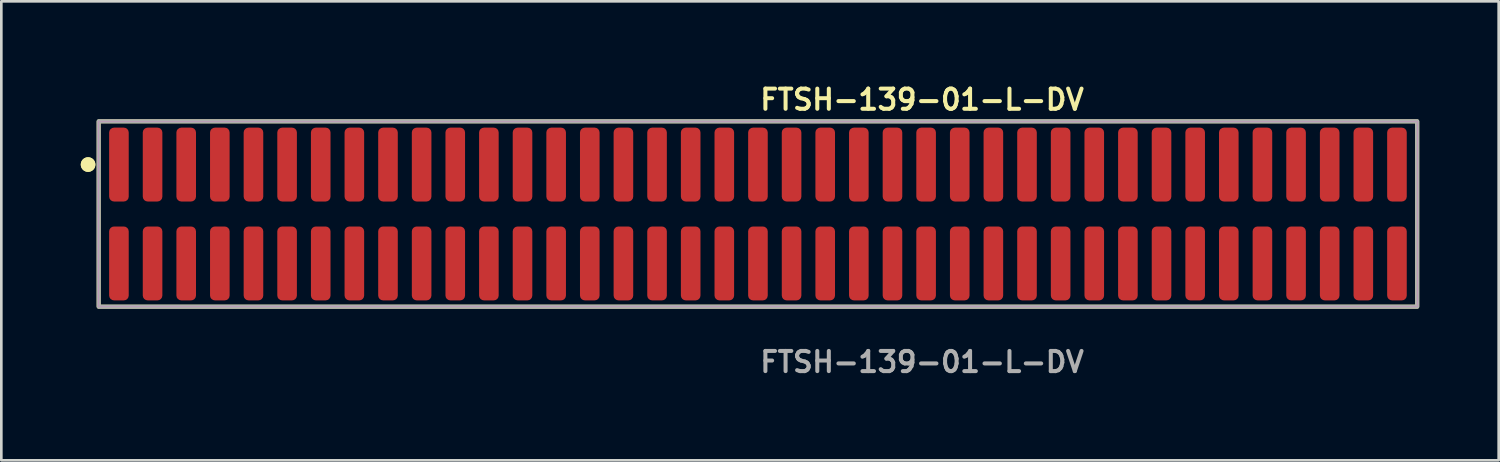
<source format=kicad_pcb>
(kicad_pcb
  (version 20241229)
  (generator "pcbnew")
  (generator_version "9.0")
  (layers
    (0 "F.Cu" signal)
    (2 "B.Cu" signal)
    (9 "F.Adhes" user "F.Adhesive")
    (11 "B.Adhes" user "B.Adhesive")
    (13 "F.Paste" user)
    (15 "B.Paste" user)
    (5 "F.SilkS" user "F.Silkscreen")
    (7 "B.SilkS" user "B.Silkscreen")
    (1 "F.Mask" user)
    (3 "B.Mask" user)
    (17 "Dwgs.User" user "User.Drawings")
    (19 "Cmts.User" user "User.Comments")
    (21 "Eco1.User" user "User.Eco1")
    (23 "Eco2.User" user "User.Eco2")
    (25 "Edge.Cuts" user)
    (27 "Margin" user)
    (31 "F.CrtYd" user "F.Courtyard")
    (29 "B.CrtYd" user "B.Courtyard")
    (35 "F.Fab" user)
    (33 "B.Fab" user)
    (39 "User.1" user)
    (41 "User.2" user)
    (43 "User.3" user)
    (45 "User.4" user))
  (footprint "FTSH-139-01-L-DV"
    (layer "F.Cu")
    (at 25.571 5.031)
    (property "Reference" "FTSH-139-01-L-DV" (at 0 -4.318 0) (unlocked yes) (layer "F.SilkS") (effects (font (size 0.762 0.762) (thickness 0.152)) (justify left)))
    (fp_rect (start -24.895 3.5) (end 24.895 -3.5) (stroke (width 0.152) (type solid)) (fill no) (layer "F.SilkS"))
    (fp_circle (center -25.295 -1.867) (end -25.495 -1.867) (stroke (width 0.152) (type solid)) (fill yes) (layer "F.SilkS"))
    (fp_circle (center -25.295 -1.867) (end -25.495 -1.867) (stroke (width 0.152) (type solid)) (fill yes) (layer "F.SilkS"))
    (fp_rect (start -24.895 3.5) (end 24.895 -3.5) (stroke (width 0.006) (type solid)) (fill no) (layer "F.CrtYd"))
    (fp_rect (start -24.895 3.5) (end 24.895 -3.5) (stroke (width 0.152) (type solid)) (fill no) (layer "F.Fab"))
    (fp_text user "${REFERENCE}" (at 0 5.588 0) (unlocked yes) (layer "F.Fab") (effects (font (size 0.762 0.762) (thickness 0.152)) (justify left)))
    (pad "1" smd roundrect (at -24.13 -1.867) (size 0.74 2.79) (layers "F.Cu" "F.Paste") (roundrect_rratio 0.25))
    (pad "2" smd roundrect (at -24.13 1.867) (size 0.74 2.79) (layers "F.Cu" "F.Paste") (roundrect_rratio 0.25))
    (pad "3" smd roundrect (at -22.86 -1.867) (size 0.74 2.79) (layers "F.Cu" "F.Paste") (roundrect_rratio 0.25))
    (pad "4" smd roundrect (at -22.86 1.867) (size 0.74 2.79) (layers "F.Cu" "F.Paste") (roundrect_rratio 0.25))
    (pad "5" smd roundrect (at -21.59 -1.867) (size 0.74 2.79) (layers "F.Cu" "F.Paste") (roundrect_rratio 0.25))
    (pad "6" smd roundrect (at -21.59 1.867) (size 0.74 2.79) (layers "F.Cu" "F.Paste") (roundrect_rratio 0.25))
    (pad "7" smd roundrect (at -20.32 -1.867) (size 0.74 2.79) (layers "F.Cu" "F.Paste") (roundrect_rratio 0.25))
    (pad "8" smd roundrect (at -20.32 1.867) (size 0.74 2.79) (layers "F.Cu" "F.Paste") (roundrect_rratio 0.25))
    (pad "9" smd roundrect (at -19.05 -1.867) (size 0.74 2.79) (layers "F.Cu" "F.Paste") (roundrect_rratio 0.25))
    (pad "10" smd roundrect (at -19.05 1.867) (size 0.74 2.79) (layers "F.Cu" "F.Paste") (roundrect_rratio 0.25))
    (pad "11" smd roundrect (at -17.78 -1.867) (size 0.74 2.79) (layers "F.Cu" "F.Paste") (roundrect_rratio 0.25))
    (pad "12" smd roundrect (at -17.78 1.867) (size 0.74 2.79) (layers "F.Cu" "F.Paste") (roundrect_rratio 0.25))
    (pad "13" smd roundrect (at -16.51 -1.867) (size 0.74 2.79) (layers "F.Cu" "F.Paste") (roundrect_rratio 0.25))
    (pad "14" smd roundrect (at -16.51 1.867) (size 0.74 2.79) (layers "F.Cu" "F.Paste") (roundrect_rratio 0.25))
    (pad "15" smd roundrect (at -15.24 -1.867) (size 0.74 2.79) (layers "F.Cu" "F.Paste") (roundrect_rratio 0.25))
    (pad "16" smd roundrect (at -15.24 1.867) (size 0.74 2.79) (layers "F.Cu" "F.Paste") (roundrect_rratio 0.25))
    (pad "17" smd roundrect (at -13.97 -1.867) (size 0.74 2.79) (layers "F.Cu" "F.Paste") (roundrect_rratio 0.25))
    (pad "18" smd roundrect (at -13.97 1.867) (size 0.74 2.79) (layers "F.Cu" "F.Paste") (roundrect_rratio 0.25))
    (pad "19" smd roundrect (at -12.7 -1.867) (size 0.74 2.79) (layers "F.Cu" "F.Paste") (roundrect_rratio 0.25))
    (pad "20" smd roundrect (at -12.7 1.867) (size 0.74 2.79) (layers "F.Cu" "F.Paste") (roundrect_rratio 0.25))
    (pad "21" smd roundrect (at -11.43 -1.867) (size 0.74 2.79) (layers "F.Cu" "F.Paste") (roundrect_rratio 0.25))
    (pad "22" smd roundrect (at -11.43 1.867) (size 0.74 2.79) (layers "F.Cu" "F.Paste") (roundrect_rratio 0.25))
    (pad "23" smd roundrect (at -10.16 -1.867) (size 0.74 2.79) (layers "F.Cu" "F.Paste") (roundrect_rratio 0.25))
    (pad "24" smd roundrect (at -10.16 1.867) (size 0.74 2.79) (layers "F.Cu" "F.Paste") (roundrect_rratio 0.25))
    (pad "25" smd roundrect (at -8.89 -1.867) (size 0.74 2.79) (layers "F.Cu" "F.Paste") (roundrect_rratio 0.25))
    (pad "26" smd roundrect (at -8.89 1.867) (size 0.74 2.79) (layers "F.Cu" "F.Paste") (roundrect_rratio 0.25))
    (pad "27" smd roundrect (at -7.62 -1.867) (size 0.74 2.79) (layers "F.Cu" "F.Paste") (roundrect_rratio 0.25))
    (pad "28" smd roundrect (at -7.62 1.867) (size 0.74 2.79) (layers "F.Cu" "F.Paste") (roundrect_rratio 0.25))
    (pad "29" smd roundrect (at -6.35 -1.867) (size 0.74 2.79) (layers "F.Cu" "F.Paste") (roundrect_rratio 0.25))
    (pad "30" smd roundrect (at -6.35 1.867) (size 0.74 2.79) (layers "F.Cu" "F.Paste") (roundrect_rratio 0.25))
    (pad "31" smd roundrect (at -5.08 -1.867) (size 0.74 2.79) (layers "F.Cu" "F.Paste") (roundrect_rratio 0.25))
    (pad "32" smd roundrect (at -5.08 1.867) (size 0.74 2.79) (layers "F.Cu" "F.Paste") (roundrect_rratio 0.25))
    (pad "33" smd roundrect (at -3.81 -1.867) (size 0.74 2.79) (layers "F.Cu" "F.Paste") (roundrect_rratio 0.25))
    (pad "34" smd roundrect (at -3.81 1.867) (size 0.74 2.79) (layers "F.Cu" "F.Paste") (roundrect_rratio 0.25))
    (pad "35" smd roundrect (at -2.54 -1.867) (size 0.74 2.79) (layers "F.Cu" "F.Paste") (roundrect_rratio 0.25))
    (pad "36" smd roundrect (at -2.54 1.867) (size 0.74 2.79) (layers "F.Cu" "F.Paste") (roundrect_rratio 0.25))
    (pad "37" smd roundrect (at -1.27 -1.867) (size 0.74 2.79) (layers "F.Cu" "F.Paste") (roundrect_rratio 0.25))
    (pad "38" smd roundrect (at -1.27 1.867) (size 0.74 2.79) (layers "F.Cu" "F.Paste") (roundrect_rratio 0.25))
    (pad "39" smd roundrect (at 0 -1.867) (size 0.74 2.79) (layers "F.Cu" "F.Paste") (roundrect_rratio 0.25))
    (pad "40" smd roundrect (at 0 1.867) (size 0.74 2.79) (layers "F.Cu" "F.Paste") (roundrect_rratio 0.25))
    (pad "41" smd roundrect (at 1.27 -1.867) (size 0.74 2.79) (layers "F.Cu" "F.Paste") (roundrect_rratio 0.25))
    (pad "42" smd roundrect (at 1.27 1.867) (size 0.74 2.79) (layers "F.Cu" "F.Paste") (roundrect_rratio 0.25))
    (pad "43" smd roundrect (at 2.54 -1.867) (size 0.74 2.79) (layers "F.Cu" "F.Paste") (roundrect_rratio 0.25))
    (pad "44" smd roundrect (at 2.54 1.867) (size 0.74 2.79) (layers "F.Cu" "F.Paste") (roundrect_rratio 0.25))
    (pad "45" smd roundrect (at 3.81 -1.867) (size 0.74 2.79) (layers "F.Cu" "F.Paste") (roundrect_rratio 0.25))
    (pad "46" smd roundrect (at 3.81 1.867) (size 0.74 2.79) (layers "F.Cu" "F.Paste") (roundrect_rratio 0.25))
    (pad "47" smd roundrect (at 5.08 -1.867) (size 0.74 2.79) (layers "F.Cu" "F.Paste") (roundrect_rratio 0.25))
    (pad "48" smd roundrect (at 5.08 1.867) (size 0.74 2.79) (layers "F.Cu" "F.Paste") (roundrect_rratio 0.25))
    (pad "49" smd roundrect (at 6.35 -1.867) (size 0.74 2.79) (layers "F.Cu" "F.Paste") (roundrect_rratio 0.25))
    (pad "50" smd roundrect (at 6.35 1.867) (size 0.74 2.79) (layers "F.Cu" "F.Paste") (roundrect_rratio 0.25))
    (pad "51" smd roundrect (at 7.62 -1.867) (size 0.74 2.79) (layers "F.Cu" "F.Paste") (roundrect_rratio 0.25))
    (pad "52" smd roundrect (at 7.62 1.867) (size 0.74 2.79) (layers "F.Cu" "F.Paste") (roundrect_rratio 0.25))
    (pad "53" smd roundrect (at 8.89 -1.867) (size 0.74 2.79) (layers "F.Cu" "F.Paste") (roundrect_rratio 0.25))
    (pad "54" smd roundrect (at 8.89 1.867) (size 0.74 2.79) (layers "F.Cu" "F.Paste") (roundrect_rratio 0.25))
    (pad "55" smd roundrect (at 10.16 -1.867) (size 0.74 2.79) (layers "F.Cu" "F.Paste") (roundrect_rratio 0.25))
    (pad "56" smd roundrect (at 10.16 1.867) (size 0.74 2.79) (layers "F.Cu" "F.Paste") (roundrect_rratio 0.25))
    (pad "57" smd roundrect (at 11.43 -1.867) (size 0.74 2.79) (layers "F.Cu" "F.Paste") (roundrect_rratio 0.25))
    (pad "58" smd roundrect (at 11.43 1.867) (size 0.74 2.79) (layers "F.Cu" "F.Paste") (roundrect_rratio 0.25))
    (pad "59" smd roundrect (at 12.7 -1.867) (size 0.74 2.79) (layers "F.Cu" "F.Paste") (roundrect_rratio 0.25))
    (pad "60" smd roundrect (at 12.7 1.867) (size 0.74 2.79) (layers "F.Cu" "F.Paste") (roundrect_rratio 0.25))
    (pad "61" smd roundrect (at 13.97 -1.867) (size 0.74 2.79) (layers "F.Cu" "F.Paste") (roundrect_rratio 0.25))
    (pad "62" smd roundrect (at 13.97 1.867) (size 0.74 2.79) (layers "F.Cu" "F.Paste") (roundrect_rratio 0.25))
    (pad "63" smd roundrect (at 15.24 -1.867) (size 0.74 2.79) (layers "F.Cu" "F.Paste") (roundrect_rratio 0.25))
    (pad "64" smd roundrect (at 15.24 1.867) (size 0.74 2.79) (layers "F.Cu" "F.Paste") (roundrect_rratio 0.25))
    (pad "65" smd roundrect (at 16.51 -1.867) (size 0.74 2.79) (layers "F.Cu" "F.Paste") (roundrect_rratio 0.25))
    (pad "66" smd roundrect (at 16.51 1.867) (size 0.74 2.79) (layers "F.Cu" "F.Paste") (roundrect_rratio 0.25))
    (pad "67" smd roundrect (at 17.78 -1.867) (size 0.74 2.79) (layers "F.Cu" "F.Paste") (roundrect_rratio 0.25))
    (pad "68" smd roundrect (at 17.78 1.867) (size 0.74 2.79) (layers "F.Cu" "F.Paste") (roundrect_rratio 0.25))
    (pad "69" smd roundrect (at 19.05 -1.867) (size 0.74 2.79) (layers "F.Cu" "F.Paste") (roundrect_rratio 0.25))
    (pad "70" smd roundrect (at 19.05 1.867) (size 0.74 2.79) (layers "F.Cu" "F.Paste") (roundrect_rratio 0.25))
    (pad "71" smd roundrect (at 20.32 -1.867) (size 0.74 2.79) (layers "F.Cu" "F.Paste") (roundrect_rratio 0.25))
    (pad "72" smd roundrect (at 20.32 1.867) (size 0.74 2.79) (layers "F.Cu" "F.Paste") (roundrect_rratio 0.25))
    (pad "73" smd roundrect (at 21.59 -1.867) (size 0.74 2.79) (layers "F.Cu" "F.Paste") (roundrect_rratio 0.25))
    (pad "74" smd roundrect (at 21.59 1.867) (size 0.74 2.79) (layers "F.Cu" "F.Paste") (roundrect_rratio 0.25))
    (pad "75" smd roundrect (at 22.86 -1.867) (size 0.74 2.79) (layers "F.Cu" "F.Paste") (roundrect_rratio 0.25))
    (pad "76" smd roundrect (at 22.86 1.867) (size 0.74 2.79) (layers "F.Cu" "F.Paste") (roundrect_rratio 0.25))
    (pad "77" smd roundrect (at 24.13 -1.867) (size 0.74 2.79) (layers "F.Cu" "F.Paste") (roundrect_rratio 0.25))
    (pad "78" smd roundrect (at 24.13 1.867) (size 0.74 2.79) (layers "F.Cu" "F.Paste") (roundrect_rratio 0.25)))
  (gr_rect
    (start -3 -3)
    (end 53.542 14.332)
    (stroke (width 0.1) (type default))
    (fill no)
    (layer "Edge.Cuts")))
</source>
